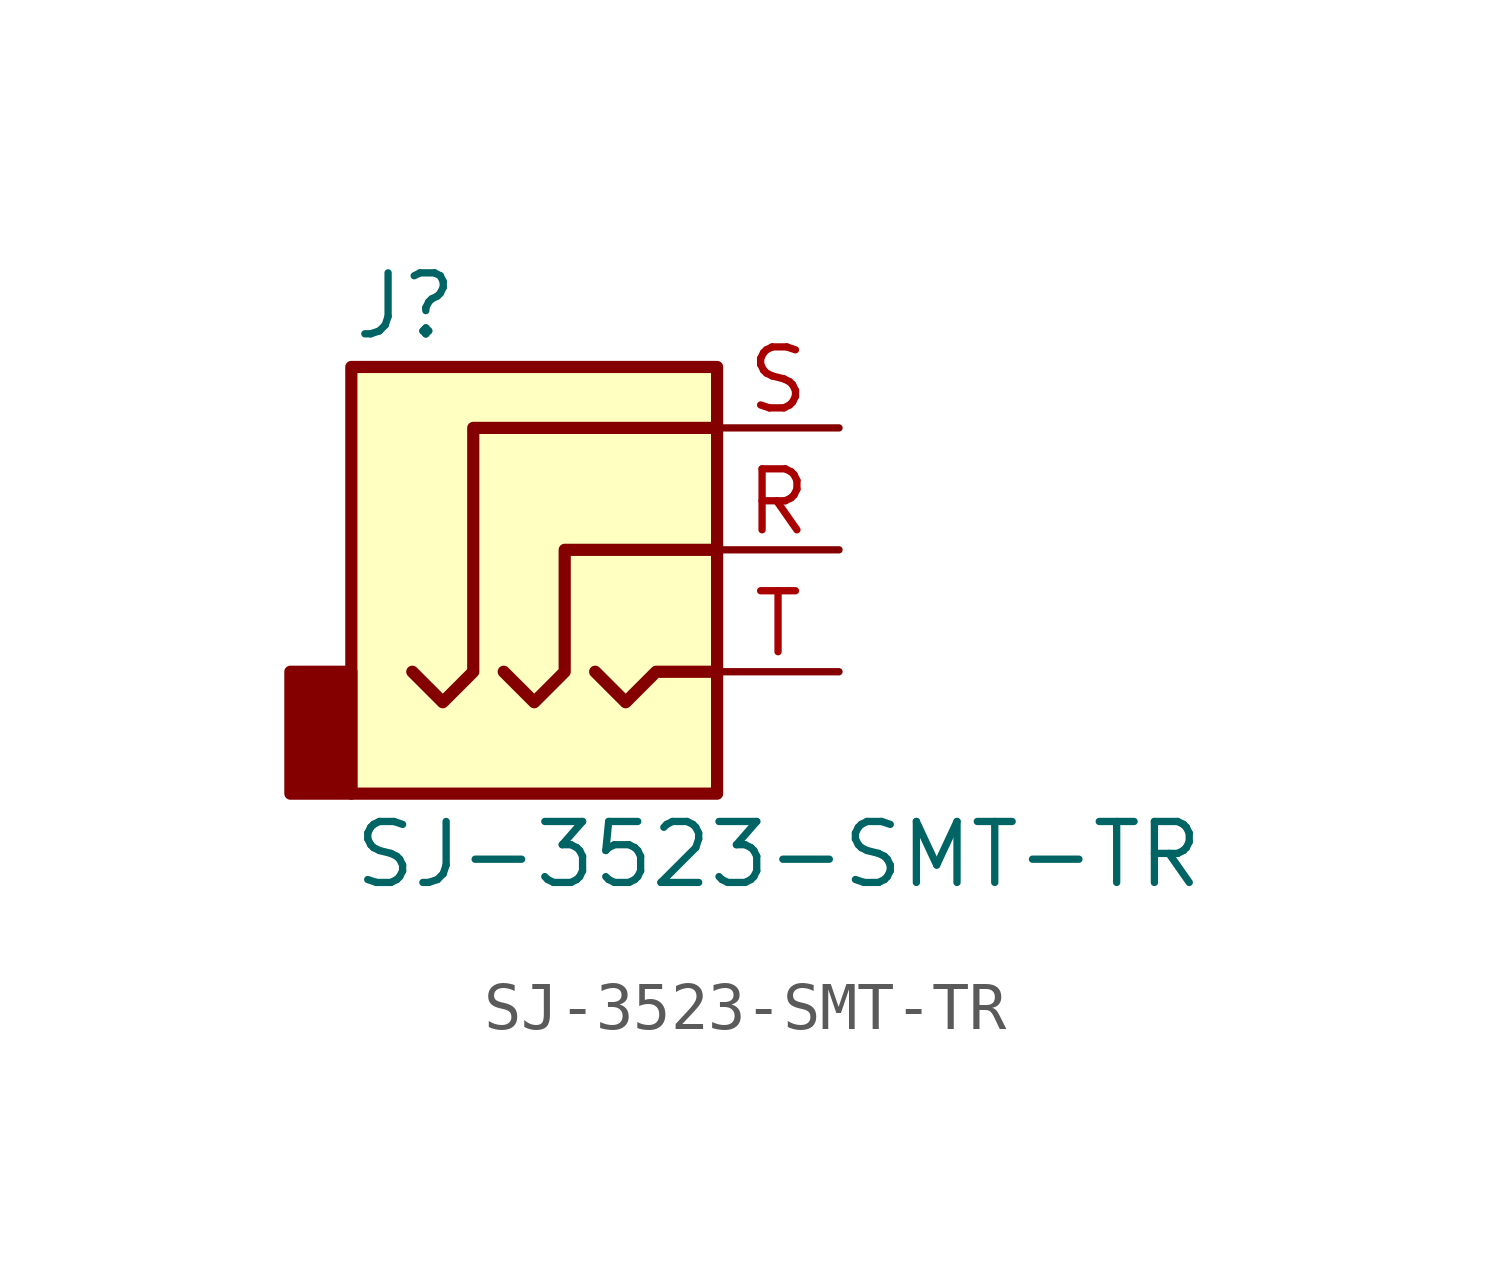
<source format=kicad_sym>
(kicad_symbol_lib
  (version 20211014)
  (generator kicad_symbol_editor)
  (symbol "SJ-3523-SMT-TR"
    (pin_names
      (offset 0.762))
    (property "Reference" "J"
      (at -3.81 6.35 0)
      (effects (font (size 1.27 1.27)) (justify left)))
    (property "Value" "SJ-3523-SMT-TR"
      (at -3.81 -5.08 0)
      (effects (font (size 1.27 1.27)) (justify left)))
    (symbol "SJ-3523-SMT-TR_0_1"
      (rectangle (start -3.81 -3.81) (end -5.08 -1.27) (stroke (width 0.254) (type default) (color 0 0 0 0)) (fill (type outline)))
      (polyline (pts (xy 1.27 -1.27) (xy 1.905 -1.905) (xy 2.54 -1.27) (xy 3.81 -1.27)) (stroke (width 0.254) (type default) (color 0 0 0 0)) (fill (type none)))
      (polyline (pts (xy -0.635 -1.27) (xy 0 -1.905) (xy 0.635 -1.27) (xy 0.635 1.27) (xy 3.81 1.27)) (stroke (width 0.254) (type default) (color 0 0 0 0)) (fill (type none)))
      (polyline (pts (xy 3.81 3.81) (xy -1.27 3.81) (xy -1.27 -1.27) (xy -1.905 -1.905) (xy -2.54 -1.27)) (stroke (width 0.254) (type default) (color 0 0 0 0)) (fill (type none)))
      (rectangle (start 3.81 5.08) (end -3.81 -3.81) (stroke (width 0.254) (type default) (color 0 0 0 0)) (fill (type background))))
    (symbol "SJ-3523-SMT-TR_1_1"
      (pin passive line (at 6.35 1.27 180) (length 2.54) (name "~" (effects (font (size 1.27 1.27)))) (number "R" (effects (font (size 1.27 1.27)))))
      (pin passive line (at 6.35 3.81 180) (length 2.54) (name "~" (effects (font (size 1.27 1.27)))) (number "S" (effects (font (size 1.27 1.27)))))
      (pin passive line (at 6.35 -1.27 180) (length 2.54) (name "~" (effects (font (size 1.27 1.27)))) (number "T" (effects (font (size 1.27 1.27))))))))
</source>
